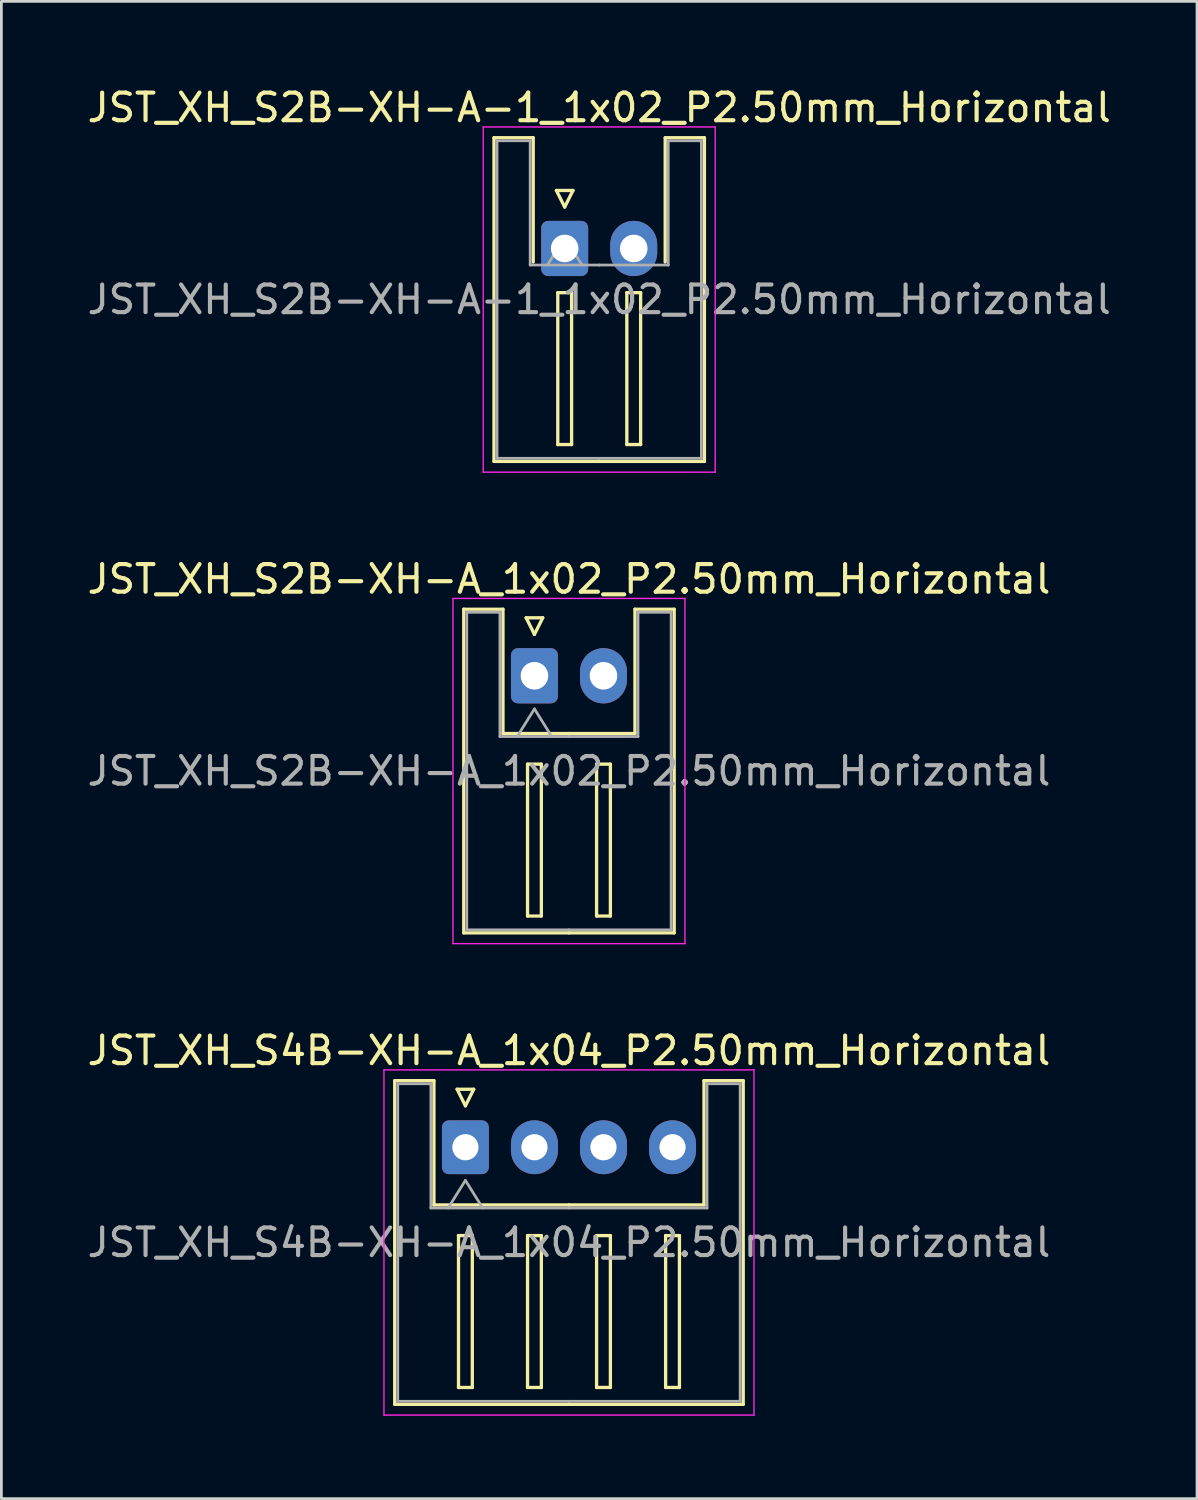
<source format=kicad_pcb>
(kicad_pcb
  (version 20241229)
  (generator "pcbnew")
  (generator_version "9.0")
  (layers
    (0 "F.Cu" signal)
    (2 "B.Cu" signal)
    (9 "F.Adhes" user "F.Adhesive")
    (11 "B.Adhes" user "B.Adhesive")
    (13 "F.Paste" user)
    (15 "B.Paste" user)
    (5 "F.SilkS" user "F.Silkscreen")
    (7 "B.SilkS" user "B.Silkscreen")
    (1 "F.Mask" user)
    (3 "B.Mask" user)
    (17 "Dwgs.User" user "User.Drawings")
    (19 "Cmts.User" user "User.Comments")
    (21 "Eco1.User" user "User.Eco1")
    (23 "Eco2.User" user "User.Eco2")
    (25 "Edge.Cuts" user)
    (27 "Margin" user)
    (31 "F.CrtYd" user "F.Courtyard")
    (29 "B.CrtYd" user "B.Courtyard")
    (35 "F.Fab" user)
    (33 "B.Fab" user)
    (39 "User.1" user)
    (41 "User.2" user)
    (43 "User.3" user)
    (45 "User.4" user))
  (footprint "JST_XH_S2B-XH-A_1x02_P2.50mm_Horizontal"
    (layer "F.Cu")
    (at 16.304 21.422)
    (property "Reference" "JST_XH_S2B-XH-A_1x02_P2.50mm_Horizontal" (at 1.25 -3.5 0) (layer "F.SilkS") (effects (font (size 1 1) (thickness 0.15))))
    (attr through_hole)
    (fp_line (start -2.56 -2.41) (end -1.14 -2.41) (stroke (width 0.12) (type solid)) (layer "F.SilkS"))
    (fp_line (start -2.56 9.31) (end -2.56 -2.41) (stroke (width 0.12) (type solid)) (layer "F.SilkS"))
    (fp_line (start -1.14 -2.41) (end -1.14 2.09) (stroke (width 0.12) (type solid)) (layer "F.SilkS"))
    (fp_line (start -1.14 2.09) (end 1.25 2.09) (stroke (width 0.12) (type solid)) (layer "F.SilkS"))
    (fp_line (start -0.3 -2.1) (end 0.3 -2.1) (stroke (width 0.12) (type solid)) (layer "F.SilkS"))
    (fp_line (start -0.25 3.2) (end -0.25 8.7) (stroke (width 0.12) (type solid)) (layer "F.SilkS"))
    (fp_line (start -0.25 8.7) (end 0.25 8.7) (stroke (width 0.12) (type solid)) (layer "F.SilkS"))
    (fp_line (start 0 -1.5) (end -0.3 -2.1) (stroke (width 0.12) (type solid)) (layer "F.SilkS"))
    (fp_line (start 0.25 3.2) (end -0.25 3.2) (stroke (width 0.12) (type solid)) (layer "F.SilkS"))
    (fp_line (start 0.25 8.7) (end 0.25 3.2) (stroke (width 0.12) (type solid)) (layer "F.SilkS"))
    (fp_line (start 0.3 -2.1) (end 0 -1.5) (stroke (width 0.12) (type solid)) (layer "F.SilkS"))
    (fp_line (start 1.25 9.31) (end -2.56 9.31) (stroke (width 0.12) (type solid)) (layer "F.SilkS"))
    (fp_line (start 1.25 9.31) (end 5.06 9.31) (stroke (width 0.12) (type solid)) (layer "F.SilkS"))
    (fp_line (start 2.25 3.2) (end 2.25 8.7) (stroke (width 0.12) (type solid)) (layer "F.SilkS"))
    (fp_line (start 2.25 8.7) (end 2.75 8.7) (stroke (width 0.12) (type solid)) (layer "F.SilkS"))
    (fp_line (start 2.75 3.2) (end 2.25 3.2) (stroke (width 0.12) (type solid)) (layer "F.SilkS"))
    (fp_line (start 2.75 8.7) (end 2.75 3.2) (stroke (width 0.12) (type solid)) (layer "F.SilkS"))
    (fp_line (start 3.64 -2.41) (end 3.64 2.09) (stroke (width 0.12) (type solid)) (layer "F.SilkS"))
    (fp_line (start 3.64 2.09) (end 1.25 2.09) (stroke (width 0.12) (type solid)) (layer "F.SilkS"))
    (fp_line (start 5.06 -2.41) (end 3.64 -2.41) (stroke (width 0.12) (type solid)) (layer "F.SilkS"))
    (fp_line (start 5.06 9.31) (end 5.06 -2.41) (stroke (width 0.12) (type solid)) (layer "F.SilkS"))
    (fp_line (start -2.95 -2.8) (end -2.95 9.7) (stroke (width 0.05) (type solid)) (layer "F.CrtYd"))
    (fp_line (start -2.95 9.7) (end 5.45 9.7) (stroke (width 0.05) (type solid)) (layer "F.CrtYd"))
    (fp_line (start 5.45 -2.8) (end -2.95 -2.8) (stroke (width 0.05) (type solid)) (layer "F.CrtYd"))
    (fp_line (start 5.45 9.7) (end 5.45 -2.8) (stroke (width 0.05) (type solid)) (layer "F.CrtYd"))
    (fp_line (start -2.45 -2.3) (end -1.25 -2.3) (stroke (width 0.1) (type solid)) (layer "F.Fab"))
    (fp_line (start -2.45 9.2) (end -2.45 -2.3) (stroke (width 0.1) (type solid)) (layer "F.Fab"))
    (fp_line (start -1.25 -2.3) (end -1.25 2.2) (stroke (width 0.1) (type solid)) (layer "F.Fab"))
    (fp_line (start -1.25 2.2) (end 1.25 2.2) (stroke (width 0.1) (type solid)) (layer "F.Fab"))
    (fp_line (start -0.625 2.2) (end 0 1.2) (stroke (width 0.1) (type solid)) (layer "F.Fab"))
    (fp_line (start 0 1.2) (end 0.625 2.2) (stroke (width 0.1) (type solid)) (layer "F.Fab"))
    (fp_line (start 1.25 9.2) (end -2.45 9.2) (stroke (width 0.1) (type solid)) (layer "F.Fab"))
    (fp_line (start 1.25 9.2) (end 4.95 9.2) (stroke (width 0.1) (type solid)) (layer "F.Fab"))
    (fp_line (start 3.75 -2.3) (end 3.75 2.2) (stroke (width 0.1) (type solid)) (layer "F.Fab"))
    (fp_line (start 3.75 2.2) (end 1.25 2.2) (stroke (width 0.1) (type solid)) (layer "F.Fab"))
    (fp_line (start 4.95 -2.3) (end 3.75 -2.3) (stroke (width 0.1) (type solid)) (layer "F.Fab"))
    (fp_line (start 4.95 9.2) (end 4.95 -2.3) (stroke (width 0.1) (type solid)) (layer "F.Fab"))
    (fp_text user "${REFERENCE}" (at 1.25 3.45 0) (layer "F.Fab") (effects (font (size 1 1) (thickness 0.15))))
    (pad "1" thru_hole roundrect (at 0 0) (size 1.7 2) (drill 1) (layers "*.Cu" "*.Mask") (roundrect_rratio 0.147))
    (pad "2" thru_hole oval (at 2.5 0) (size 1.7 2) (drill 1) (layers "*.Cu" "*.Mask")))
  (footprint "JST_XH_S2B-XH-A-1_1x02_P2.50mm_Horizontal"
    (layer "F.Cu")
    (at 17.399 5.948)
    (property "Reference" "JST_XH_S2B-XH-A-1_1x02_P2.50mm_Horizontal" (at 1.25 -5.1 0) (layer "F.SilkS") (effects (font (size 1 1) (thickness 0.15))))
    (attr through_hole)
    (fp_line (start -2.56 -4.01) (end -1.14 -4.01) (stroke (width 0.12) (type solid)) (layer "F.SilkS"))
    (fp_line (start -2.56 7.71) (end -2.56 -4.01) (stroke (width 0.12) (type solid)) (layer "F.SilkS"))
    (fp_line (start -1.14 -4.01) (end -1.14 0.49) (stroke (width 0.12) (type solid)) (layer "F.SilkS"))
    (fp_line (start -0.3 -2.1) (end 0.3 -2.1) (stroke (width 0.12) (type solid)) (layer "F.SilkS"))
    (fp_line (start -0.25 1.6) (end -0.25 7.1) (stroke (width 0.12) (type solid)) (layer "F.SilkS"))
    (fp_line (start -0.25 7.1) (end 0.25 7.1) (stroke (width 0.12) (type solid)) (layer "F.SilkS"))
    (fp_line (start 0 -1.5) (end -0.3 -2.1) (stroke (width 0.12) (type solid)) (layer "F.SilkS"))
    (fp_line (start 0.25 1.6) (end -0.25 1.6) (stroke (width 0.12) (type solid)) (layer "F.SilkS"))
    (fp_line (start 0.25 7.1) (end 0.25 1.6) (stroke (width 0.12) (type solid)) (layer "F.SilkS"))
    (fp_line (start 0.3 -2.1) (end 0 -1.5) (stroke (width 0.12) (type solid)) (layer "F.SilkS"))
    (fp_line (start 1.25 7.71) (end -2.56 7.71) (stroke (width 0.12) (type solid)) (layer "F.SilkS"))
    (fp_line (start 1.25 7.71) (end 5.06 7.71) (stroke (width 0.12) (type solid)) (layer "F.SilkS"))
    (fp_line (start 2.25 1.6) (end 2.25 7.1) (stroke (width 0.12) (type solid)) (layer "F.SilkS"))
    (fp_line (start 2.25 7.1) (end 2.75 7.1) (stroke (width 0.12) (type solid)) (layer "F.SilkS"))
    (fp_line (start 2.75 1.6) (end 2.25 1.6) (stroke (width 0.12) (type solid)) (layer "F.SilkS"))
    (fp_line (start 2.75 7.1) (end 2.75 1.6) (stroke (width 0.12) (type solid)) (layer "F.SilkS"))
    (fp_line (start 3.64 -4.01) (end 3.64 0.49) (stroke (width 0.12) (type solid)) (layer "F.SilkS"))
    (fp_line (start 5.06 -4.01) (end 3.64 -4.01) (stroke (width 0.12) (type solid)) (layer "F.SilkS"))
    (fp_line (start 5.06 7.71) (end 5.06 -4.01) (stroke (width 0.12) (type solid)) (layer "F.SilkS"))
    (fp_line (start -2.95 -4.4) (end -2.95 8.1) (stroke (width 0.05) (type solid)) (layer "F.CrtYd"))
    (fp_line (start -2.95 8.1) (end 5.45 8.1) (stroke (width 0.05) (type solid)) (layer "F.CrtYd"))
    (fp_line (start 5.45 -4.4) (end -2.95 -4.4) (stroke (width 0.05) (type solid)) (layer "F.CrtYd"))
    (fp_line (start 5.45 8.1) (end 5.45 -4.4) (stroke (width 0.05) (type solid)) (layer "F.CrtYd"))
    (fp_line (start -2.45 -3.9) (end -1.25 -3.9) (stroke (width 0.1) (type solid)) (layer "F.Fab"))
    (fp_line (start -2.45 7.6) (end -2.45 -3.9) (stroke (width 0.1) (type solid)) (layer "F.Fab"))
    (fp_line (start -1.25 -3.9) (end -1.25 0.6) (stroke (width 0.1) (type solid)) (layer "F.Fab"))
    (fp_line (start -1.25 0.6) (end 1.25 0.6) (stroke (width 0.1) (type solid)) (layer "F.Fab"))
    (fp_line (start -0.625 0.6) (end 0 -0.4) (stroke (width 0.1) (type solid)) (layer "F.Fab"))
    (fp_line (start 0 -0.4) (end 0.625 0.6) (stroke (width 0.1) (type solid)) (layer "F.Fab"))
    (fp_line (start 1.25 7.6) (end -2.45 7.6) (stroke (width 0.1) (type solid)) (layer "F.Fab"))
    (fp_line (start 1.25 7.6) (end 4.95 7.6) (stroke (width 0.1) (type solid)) (layer "F.Fab"))
    (fp_line (start 3.75 -3.9) (end 3.75 0.6) (stroke (width 0.1) (type solid)) (layer "F.Fab"))
    (fp_line (start 3.75 0.6) (end 1.25 0.6) (stroke (width 0.1) (type solid)) (layer "F.Fab"))
    (fp_line (start 4.95 -3.9) (end 3.75 -3.9) (stroke (width 0.1) (type solid)) (layer "F.Fab"))
    (fp_line (start 4.95 7.6) (end 4.95 -3.9) (stroke (width 0.1) (type solid)) (layer "F.Fab"))
    (fp_text user "${REFERENCE}" (at 1.25 1.85 0) (layer "F.Fab") (effects (font (size 1 1) (thickness 0.15))))
    (pad "1" thru_hole roundrect (at 0 0) (size 1.7 2) (drill 1) (layers "*.Cu" "*.Mask") (roundrect_rratio 0.147))
    (pad "2" thru_hole oval (at 2.5 0) (size 1.7 2) (drill 1) (layers "*.Cu" "*.Mask")))
  (footprint "JST_XH_S4B-XH-A_1x04_P2.50mm_Horizontal"
    (layer "F.Cu")
    (at 13.804 38.495)
    (property "Reference" "JST_XH_S4B-XH-A_1x04_P2.50mm_Horizontal" (at 3.75 -3.5 0) (layer "F.SilkS") (effects (font (size 1 1) (thickness 0.15))))
    (attr through_hole)
    (fp_line (start -2.56 -2.41) (end -1.14 -2.41) (stroke (width 0.12) (type solid)) (layer "F.SilkS"))
    (fp_line (start -2.56 9.31) (end -2.56 -2.41) (stroke (width 0.12) (type solid)) (layer "F.SilkS"))
    (fp_line (start -1.14 -2.41) (end -1.14 2.09) (stroke (width 0.12) (type solid)) (layer "F.SilkS"))
    (fp_line (start -1.14 2.09) (end 3.75 2.09) (stroke (width 0.12) (type solid)) (layer "F.SilkS"))
    (fp_line (start -0.3 -2.1) (end 0.3 -2.1) (stroke (width 0.12) (type solid)) (layer "F.SilkS"))
    (fp_line (start -0.25 3.2) (end -0.25 8.7) (stroke (width 0.12) (type solid)) (layer "F.SilkS"))
    (fp_line (start -0.25 8.7) (end 0.25 8.7) (stroke (width 0.12) (type solid)) (layer "F.SilkS"))
    (fp_line (start 0 -1.5) (end -0.3 -2.1) (stroke (width 0.12) (type solid)) (layer "F.SilkS"))
    (fp_line (start 0.25 3.2) (end -0.25 3.2) (stroke (width 0.12) (type solid)) (layer "F.SilkS"))
    (fp_line (start 0.25 8.7) (end 0.25 3.2) (stroke (width 0.12) (type solid)) (layer "F.SilkS"))
    (fp_line (start 0.3 -2.1) (end 0 -1.5) (stroke (width 0.12) (type solid)) (layer "F.SilkS"))
    (fp_line (start 2.25 3.2) (end 2.25 8.7) (stroke (width 0.12) (type solid)) (layer "F.SilkS"))
    (fp_line (start 2.25 8.7) (end 2.75 8.7) (stroke (width 0.12) (type solid)) (layer "F.SilkS"))
    (fp_line (start 2.75 3.2) (end 2.25 3.2) (stroke (width 0.12) (type solid)) (layer "F.SilkS"))
    (fp_line (start 2.75 8.7) (end 2.75 3.2) (stroke (width 0.12) (type solid)) (layer "F.SilkS"))
    (fp_line (start 3.75 9.31) (end -2.56 9.31) (stroke (width 0.12) (type solid)) (layer "F.SilkS"))
    (fp_line (start 3.75 9.31) (end 10.06 9.31) (stroke (width 0.12) (type solid)) (layer "F.SilkS"))
    (fp_line (start 4.75 3.2) (end 4.75 8.7) (stroke (width 0.12) (type solid)) (layer "F.SilkS"))
    (fp_line (start 4.75 8.7) (end 5.25 8.7) (stroke (width 0.12) (type solid)) (layer "F.SilkS"))
    (fp_line (start 5.25 3.2) (end 4.75 3.2) (stroke (width 0.12) (type solid)) (layer "F.SilkS"))
    (fp_line (start 5.25 8.7) (end 5.25 3.2) (stroke (width 0.12) (type solid)) (layer "F.SilkS"))
    (fp_line (start 7.25 3.2) (end 7.25 8.7) (stroke (width 0.12) (type solid)) (layer "F.SilkS"))
    (fp_line (start 7.25 8.7) (end 7.75 8.7) (stroke (width 0.12) (type solid)) (layer "F.SilkS"))
    (fp_line (start 7.75 3.2) (end 7.25 3.2) (stroke (width 0.12) (type solid)) (layer "F.SilkS"))
    (fp_line (start 7.75 8.7) (end 7.75 3.2) (stroke (width 0.12) (type solid)) (layer "F.SilkS"))
    (fp_line (start 8.64 -2.41) (end 8.64 2.09) (stroke (width 0.12) (type solid)) (layer "F.SilkS"))
    (fp_line (start 8.64 2.09) (end 3.75 2.09) (stroke (width 0.12) (type solid)) (layer "F.SilkS"))
    (fp_line (start 10.06 -2.41) (end 8.64 -2.41) (stroke (width 0.12) (type solid)) (layer "F.SilkS"))
    (fp_line (start 10.06 9.31) (end 10.06 -2.41) (stroke (width 0.12) (type solid)) (layer "F.SilkS"))
    (fp_line (start -2.95 -2.8) (end -2.95 9.7) (stroke (width 0.05) (type solid)) (layer "F.CrtYd"))
    (fp_line (start -2.95 9.7) (end 10.45 9.7) (stroke (width 0.05) (type solid)) (layer "F.CrtYd"))
    (fp_line (start 10.45 -2.8) (end -2.95 -2.8) (stroke (width 0.05) (type solid)) (layer "F.CrtYd"))
    (fp_line (start 10.45 9.7) (end 10.45 -2.8) (stroke (width 0.05) (type solid)) (layer "F.CrtYd"))
    (fp_line (start -2.45 -2.3) (end -1.25 -2.3) (stroke (width 0.1) (type solid)) (layer "F.Fab"))
    (fp_line (start -2.45 9.2) (end -2.45 -2.3) (stroke (width 0.1) (type solid)) (layer "F.Fab"))
    (fp_line (start -1.25 -2.3) (end -1.25 2.2) (stroke (width 0.1) (type solid)) (layer "F.Fab"))
    (fp_line (start -1.25 2.2) (end 3.75 2.2) (stroke (width 0.1) (type solid)) (layer "F.Fab"))
    (fp_line (start -0.625 2.2) (end 0 1.2) (stroke (width 0.1) (type solid)) (layer "F.Fab"))
    (fp_line (start 0 1.2) (end 0.625 2.2) (stroke (width 0.1) (type solid)) (layer "F.Fab"))
    (fp_line (start 3.75 9.2) (end -2.45 9.2) (stroke (width 0.1) (type solid)) (layer "F.Fab"))
    (fp_line (start 3.75 9.2) (end 9.95 9.2) (stroke (width 0.1) (type solid)) (layer "F.Fab"))
    (fp_line (start 8.75 -2.3) (end 8.75 2.2) (stroke (width 0.1) (type solid)) (layer "F.Fab"))
    (fp_line (start 8.75 2.2) (end 3.75 2.2) (stroke (width 0.1) (type solid)) (layer "F.Fab"))
    (fp_line (start 9.95 -2.3) (end 8.75 -2.3) (stroke (width 0.1) (type solid)) (layer "F.Fab"))
    (fp_line (start 9.95 9.2) (end 9.95 -2.3) (stroke (width 0.1) (type solid)) (layer "F.Fab"))
    (fp_text user "${REFERENCE}" (at 3.75 3.45 0) (layer "F.Fab") (effects (font (size 1 1) (thickness 0.15))))
    (pad "1" thru_hole roundrect (at 0 0) (size 1.7 1.95) (drill 0.95) (layers "*.Cu" "*.Mask") (roundrect_rratio 0.147))
    (pad "2" thru_hole oval (at 2.5 0) (size 1.7 1.95) (drill 0.95) (layers "*.Cu" "*.Mask"))
    (pad "3" thru_hole oval (at 5 0) (size 1.7 1.95) (drill 0.95) (layers "*.Cu" "*.Mask"))
    (pad "4" thru_hole oval (at 7.5 0) (size 1.7 1.95) (drill 0.95) (layers "*.Cu" "*.Mask")))
  (gr_rect
    (start -3 -3)
    (end 40.298 51.22)
    (stroke (width 0.1) (type default))
    (fill no)
    (layer "Edge.Cuts")))
</source>
